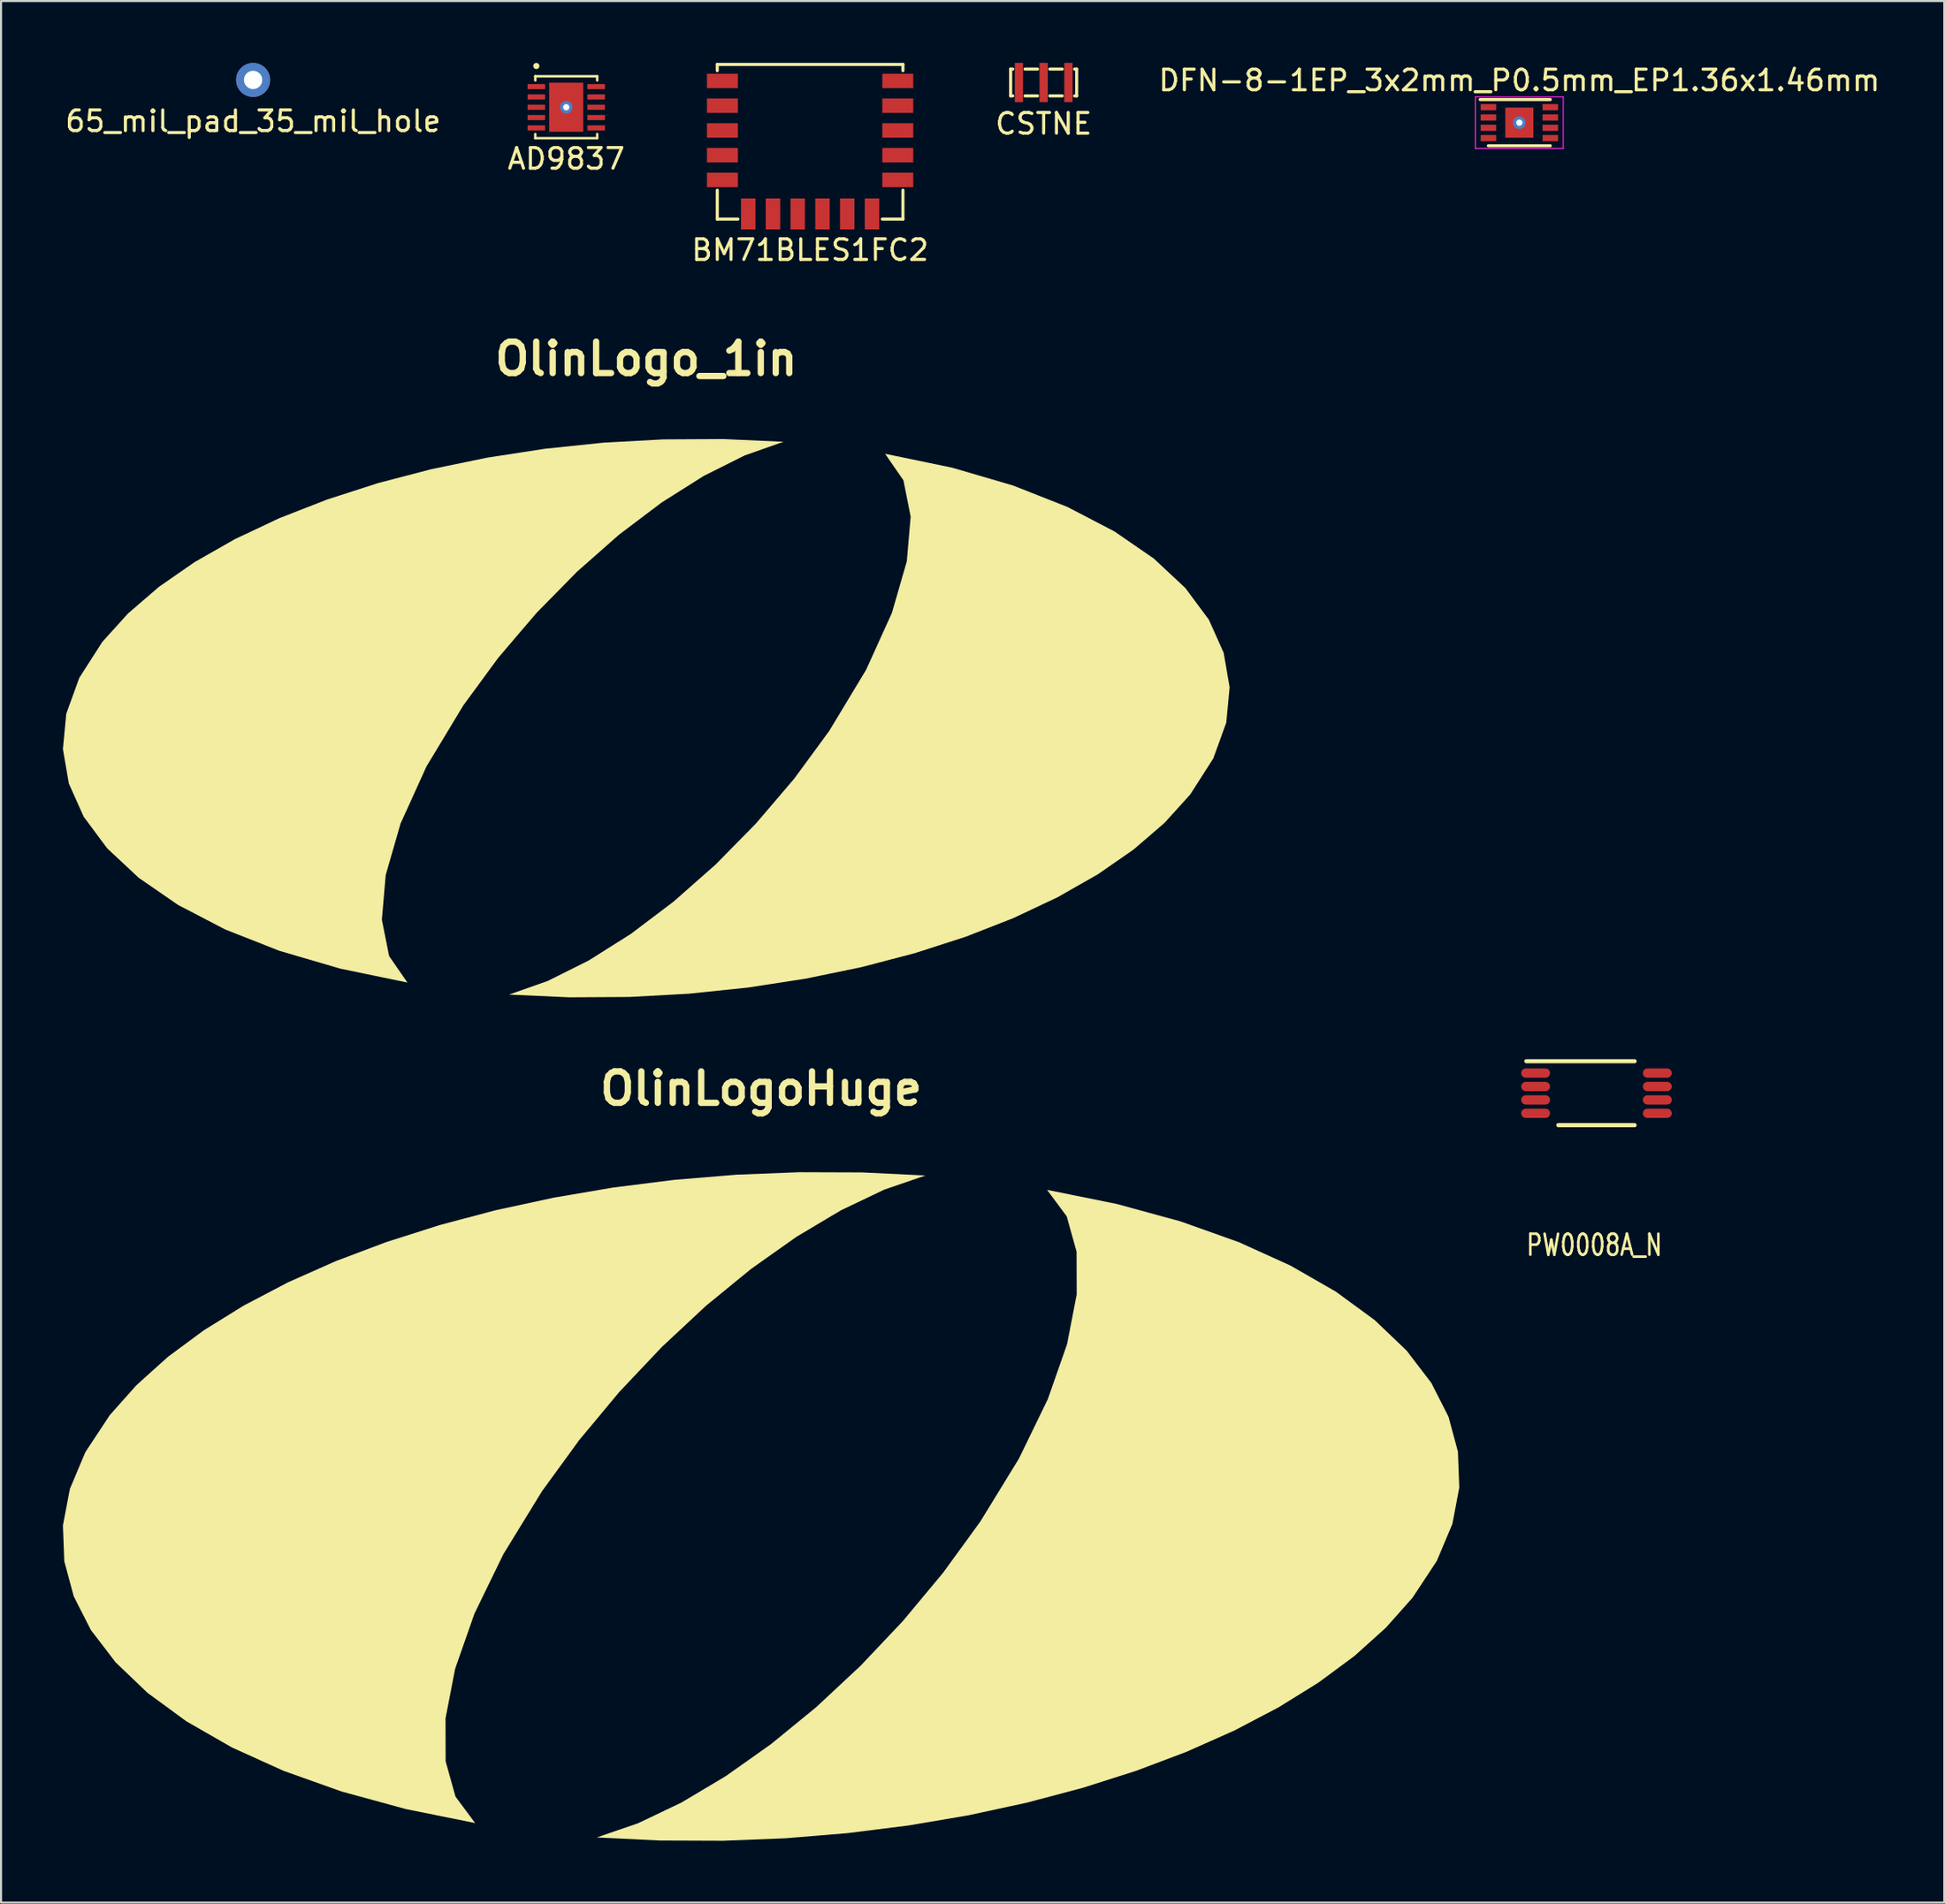
<source format=kicad_pcb>
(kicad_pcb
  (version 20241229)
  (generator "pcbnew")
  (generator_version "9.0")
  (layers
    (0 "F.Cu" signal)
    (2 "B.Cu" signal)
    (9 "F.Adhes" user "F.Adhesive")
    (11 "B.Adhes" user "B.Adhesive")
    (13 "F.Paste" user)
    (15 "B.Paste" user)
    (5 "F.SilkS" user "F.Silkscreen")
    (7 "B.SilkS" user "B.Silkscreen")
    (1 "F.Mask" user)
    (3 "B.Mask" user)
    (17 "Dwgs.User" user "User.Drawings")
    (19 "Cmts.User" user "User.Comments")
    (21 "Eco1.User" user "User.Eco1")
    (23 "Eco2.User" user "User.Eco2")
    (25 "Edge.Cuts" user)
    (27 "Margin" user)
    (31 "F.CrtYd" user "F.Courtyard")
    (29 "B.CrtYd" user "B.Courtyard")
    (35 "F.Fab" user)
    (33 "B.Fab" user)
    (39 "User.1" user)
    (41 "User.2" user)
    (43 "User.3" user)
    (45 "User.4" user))
  (footprint "DFN-8-1EP_3x2mm_P0.5mm_EP1.36x1.46mm"
    (layer "F.Cu")
    (at 70.601 2.898)
    (property "Reference" "DFN-8-1EP_3x2mm_P0.5mm_EP1.36x1.46mm" (at 0 -2.05 0) (layer "F.SilkS") (effects (font (size 1 1) (thickness 0.15))))
    (attr smd)
    (fp_line (start -1.9 -1.12) (end 1.5 -1.12) (stroke (width 0.15) (type solid)) (layer "F.SilkS"))
    (fp_line (start -1.5 1.12) (end 1.5 1.12) (stroke (width 0.15) (type solid)) (layer "F.SilkS"))
    (fp_line (start -2.13 -1.25) (end -2.13 1.25) (stroke (width 0.05) (type solid)) (layer "F.CrtYd"))
    (fp_line (start -2.13 -1.25) (end 2.13 -1.25) (stroke (width 0.05) (type solid)) (layer "F.CrtYd"))
    (fp_line (start -2.13 1.25) (end 2.13 1.25) (stroke (width 0.05) (type solid)) (layer "F.CrtYd"))
    (fp_line (start 2.13 -1.25) (end 2.13 1.25) (stroke (width 0.05) (type solid)) (layer "F.CrtYd"))
    (pad "" smd rect (at -0.325 -0.375) (size 0.5 0.6) (layers "F.Paste"))
    (pad "" smd rect (at -0.325 0.375) (size 0.5 0.6) (layers "F.Paste"))
    (pad "" smd rect (at 0.325 -0.375) (size 0.5 0.6) (layers "F.Paste"))
    (pad "" smd rect (at 0.325 0.375) (size 0.5 0.6) (layers "F.Paste"))
    (pad "1" smd rect (at -1.5 -0.75) (size 0.75 0.3) (layers "F.Cu" "F.Mask" "F.Paste"))
    (pad "2" smd rect (at -1.5 -0.25) (size 0.75 0.3) (layers "F.Cu" "F.Mask" "F.Paste"))
    (pad "3" smd rect (at -1.5 0.25) (size 0.75 0.3) (layers "F.Cu" "F.Mask" "F.Paste"))
    (pad "4" smd rect (at -1.5 0.75) (size 0.75 0.3) (layers "F.Cu" "F.Mask" "F.Paste"))
    (pad "5" smd rect (at 1.5 0.75) (size 0.75 0.3) (layers "F.Cu" "F.Mask" "F.Paste"))
    (pad "6" smd rect (at 1.5 0.25) (size 0.75 0.3) (layers "F.Cu" "F.Mask" "F.Paste"))
    (pad "7" smd rect (at 1.5 -0.25) (size 0.75 0.3) (layers "F.Cu" "F.Mask" "F.Paste"))
    (pad "8" smd rect (at 1.5 -0.75) (size 0.75 0.3) (layers "F.Cu" "F.Mask" "F.Paste"))
    (pad "9" thru_hole circle (at 0 0) (size 0.61 0.61) (drill 0.305) (layers "*.Cu" "F.Mask"))
    (pad "9" smd rect (at 0 0) (size 1.36 1.46) (layers "F.Cu" "F.Mask")))
  (footprint "OlinLogoHuge"
    (layer "F.Cu")
    (at 33.845 70)
    (property "Reference" "OlinLogoHuge" (at 0 -20.263 0) (layer "F.SilkS") (effects (font (size 1.524 1.524) (thickness 0.305))))
    (attr smd)
    (fp_poly (pts (xy 7.965 -16.049) (xy 4.909 -16.198) (xy 1.851 -16.209) (xy -1.192 -16.088) (xy -4.202 -15.839) (xy -7.163 -15.466) (xy -10.057 -14.973) (xy -12.867 -14.366) (xy -15.577 -13.647) (xy -18.169 -12.821) (xy -20.626 -11.894) (xy -22.931 -10.869) (xy -25.066 -9.75) (xy -27.016 -8.542) (xy -28.762 -7.25) (xy -30.287 -5.876) (xy -31.575 -4.427) (xy -32.756 -2.637) (xy -33.508 -0.85) (xy -33.845 0.92) (xy -33.778 2.659) (xy -33.322 4.354) (xy -32.49 5.99) (xy -31.294 7.554) (xy -29.749 9.034) (xy -27.866 10.414) (xy -25.661 11.681) (xy -23.144 12.822) (xy -20.331 13.823) (xy -17.233 14.671) (xy -13.864 15.351) (xy -14.815 14.068) (xy -15.293 12.358) (xy -15.298 10.275) (xy -14.832 7.871) (xy -13.897 5.198) (xy -12.492 2.31) (xy -10.62 -0.741) (xy -8.821 -3.214) (xy -6.872 -5.555) (xy -4.808 -7.738) (xy -2.666 -9.736) (xy -0.481 -11.523) (xy 1.711 -13.074) (xy 3.873 -14.363) (xy 5.969 -15.363) (xy 7.965 -16.049)) (stroke (width 0) (type solid)) (fill yes) (layer "F.SilkS"))
    (fp_poly (pts (xy 13.864 -15.351) (xy 14.815 -14.068) (xy 15.292 -12.358) (xy 15.298 -10.275) (xy 14.832 -7.871) (xy 13.896 -5.198) (xy 12.492 -2.31) (xy 10.62 0.741) (xy 8.821 3.215) (xy 6.872 5.556) (xy 4.808 7.738) (xy 2.666 9.736) (xy 0.481 11.523) (xy -1.71 13.074) (xy -3.873 14.363) (xy -5.969 15.363) (xy -7.965 16.049) (xy -4.908 16.198) (xy -1.851 16.21) (xy 1.192 16.089) (xy 4.202 15.839) (xy 7.163 15.466) (xy 10.057 14.974) (xy 12.868 14.366) (xy 15.578 13.647) (xy 18.17 12.822) (xy 20.627 11.894) (xy 22.931 10.869) (xy 25.067 9.75) (xy 27.016 8.542) (xy 28.762 7.25) (xy 30.288 5.877) (xy 31.576 4.428) (xy 32.757 2.637) (xy 33.509 0.85) (xy 33.845 -0.92) (xy 33.778 -2.659) (xy 33.322 -4.353) (xy 32.49 -5.99) (xy 31.295 -7.554) (xy 29.749 -9.033) (xy 27.867 -10.413) (xy 25.661 -11.681) (xy 23.144 -12.822) (xy 20.331 -13.823) (xy 17.233 -14.671) (xy 13.864 -15.351)) (stroke (width 0) (type solid)) (fill yes) (layer "F.SilkS")))
  (footprint "OlinLogo_1in"
    (layer "F.Cu")
    (at 28.278 31.775)
    (property "Reference" "OlinLogo_1in" (at 0 -17.425 0) (layer "F.SilkS") (effects (font (size 1.524 1.524) (thickness 0.305))))
    (attr smd)
    (fp_poly (pts (xy 6.651 -13.403) (xy 3.734 -13.535) (xy 0.818 -13.519) (xy -2.077 -13.36) (xy -4.928 -13.062) (xy -7.715 -12.632) (xy -10.416 -12.075) (xy -13.009 -11.397) (xy -15.474 -10.602) (xy -17.789 -9.697) (xy -19.933 -8.686) (xy -21.884 -7.575) (xy -23.622 -6.37) (xy -25.124 -5.075) (xy -26.37 -3.697) (xy -27.485 -1.953) (xy -28.116 -0.215) (xy -28.278 1.499) (xy -27.991 3.169) (xy -27.271 4.778) (xy -26.135 6.309) (xy -24.602 7.742) (xy -22.688 9.061) (xy -20.411 10.246) (xy -17.789 11.279) (xy -14.839 12.144) (xy -11.579 12.82) (xy -12.466 11.534) (xy -12.817 9.774) (xy -12.631 7.608) (xy -11.91 5.108) (xy -10.655 2.342) (xy -8.869 -0.619) (xy -7.17 -2.935) (xy -5.316 -5.108) (xy -3.351 -7.107) (xy -1.317 -8.9) (xy 0.743 -10.457) (xy 2.787 -11.748) (xy 4.77 -12.74) (xy 6.651 -13.403)) (stroke (width 0) (type solid)) (fill yes) (layer "F.SilkS"))
    (fp_poly (pts (xy 11.578 -12.82) (xy 12.466 -11.534) (xy 12.817 -9.773) (xy 12.63 -7.608) (xy 11.909 -5.107) (xy 10.655 -2.342) (xy 8.869 0.619) (xy 7.17 2.936) (xy 5.316 5.109) (xy 3.351 7.107) (xy 1.317 8.9) (xy -0.743 10.458) (xy -2.787 11.748) (xy -4.77 12.74) (xy -6.651 13.403) (xy -3.734 13.536) (xy -0.818 13.519) (xy 2.077 13.36) (xy 4.928 13.062) (xy 7.715 12.633) (xy 10.416 12.076) (xy 13.01 11.397) (xy 15.475 10.602) (xy 17.79 9.697) (xy 19.933 8.686) (xy 21.885 7.575) (xy 23.622 6.37) (xy 25.124 5.076) (xy 26.37 3.698) (xy 27.486 1.953) (xy 28.116 0.215) (xy 28.279 -1.498) (xy 27.991 -3.169) (xy 27.271 -4.778) (xy 26.135 -6.309) (xy 24.602 -7.742) (xy 22.688 -9.06) (xy 20.411 -10.245) (xy 17.789 -11.279) (xy 14.839 -12.144) (xy 11.578 -12.82)) (stroke (width 0) (type solid)) (fill yes) (layer "F.SilkS")))
  (footprint "AD9837"
    (layer "F.Cu")
    (at 24.399 2.15)
    (property "Reference" "AD9837" (at 0 2.5 0) (layer "F.SilkS") (effects (font (size 1 1) (thickness 0.15))))
    (attr through_hole)
    (fp_line (start -1.5 -1.5) (end -1.5 -1.3) (stroke (width 0.12) (type solid)) (layer "F.SilkS"))
    (fp_line (start -1.5 -1.5) (end 1.5 -1.5) (stroke (width 0.12) (type solid)) (layer "F.SilkS"))
    (fp_line (start -1.5 1.3) (end -1.5 1.5) (stroke (width 0.12) (type solid)) (layer "F.SilkS"))
    (fp_line (start -1.5 1.5) (end 1.5 1.5) (stroke (width 0.12) (type solid)) (layer "F.SilkS"))
    (fp_line (start 1.5 -1.5) (end 1.5 -1.3) (stroke (width 0.12) (type solid)) (layer "F.SilkS"))
    (fp_line (start 1.5 1.3) (end 1.5 1.5) (stroke (width 0.12) (type solid)) (layer "F.SilkS"))
    (fp_circle (center -1.45 -2) (end -1.375 -2) (stroke (width 0.15) (type solid)) (fill no) (layer "F.SilkS"))
    (pad "1" smd rect (at -1.45 -1) (size 0.85 0.25) (layers "F.Cu" "F.Mask" "F.Paste"))
    (pad "2" smd rect (at -1.45 -0.5) (size 0.85 0.25) (layers "F.Cu" "F.Mask" "F.Paste"))
    (pad "3" smd rect (at -1.45 0) (size 0.85 0.25) (layers "F.Cu" "F.Mask" "F.Paste"))
    (pad "4" smd rect (at -1.45 0.5) (size 0.85 0.25) (layers "F.Cu" "F.Mask" "F.Paste"))
    (pad "5" smd rect (at -1.45 1) (size 0.85 0.25) (layers "F.Cu" "F.Mask" "F.Paste"))
    (pad "6" smd rect (at 1.45 1) (size 0.85 0.25) (layers "F.Cu" "F.Mask" "F.Paste"))
    (pad "7" smd rect (at 1.45 0.5) (size 0.85 0.25) (layers "F.Cu" "F.Mask" "F.Paste"))
    (pad "8" smd rect (at 1.45 0) (size 0.85 0.25) (layers "F.Cu" "F.Mask" "F.Paste"))
    (pad "9" smd rect (at 1.45 -0.5) (size 0.85 0.25) (layers "F.Cu" "F.Mask" "F.Paste"))
    (pad "10" smd rect (at 1.45 -1) (size 0.85 0.25) (layers "F.Cu" "F.Mask" "F.Paste"))
    (pad "11" thru_hole circle (at 0 0) (size 0.61 0.61) (drill 0.305) (layers "*.Cu" "*.Mask"))
    (pad "11" smd rect (at 0 0) (size 1.65 2.38) (layers "F.Cu" "F.Mask" "F.Paste")))
  (footprint "65_mil_pad_35_mil_hole"
    (layer "F.Cu")
    (at 9.22 0.826)
    (property "Reference" "65_mil_pad_35_mil_hole" (at 0 2 0) (layer "F.SilkS") (effects (font (size 1 1) (thickness 0.15))))
    (attr through_hole)
    (pad "1" thru_hole circle (at 0 0) (size 1.651 1.651) (drill 0.889) (layers "*.Cu" "*.Mask")))
  (footprint "BM71BLES1FC2"
    (layer "F.Cu")
    (at 36.22 4.075)
    (property "Reference" "BM71BLES1FC2" (at 0 5 0) (layer "F.SilkS") (effects (font (size 1 1) (thickness 0.15))))
    (attr smd)
    (fp_line (start -4.5 -4) (end 4.5 -4) (stroke (width 0.15) (type solid)) (layer "F.SilkS"))
    (fp_line (start -4.5 -3.7) (end -4.5 -4) (stroke (width 0.15) (type solid)) (layer "F.SilkS"))
    (fp_line (start -4.5 2.1) (end -4.5 3.5) (stroke (width 0.15) (type solid)) (layer "F.SilkS"))
    (fp_line (start -4.5 3.5) (end -3.5 3.5) (stroke (width 0.15) (type solid)) (layer "F.SilkS"))
    (fp_line (start 3.5 3.5) (end 4.5 3.5) (stroke (width 0.15) (type solid)) (layer "F.SilkS"))
    (fp_line (start 4.5 -4) (end 4.5 -3.7) (stroke (width 0.15) (type solid)) (layer "F.SilkS"))
    (fp_line (start 4.5 3.5) (end 4.5 2.1) (stroke (width 0.15) (type solid)) (layer "F.SilkS"))
    (pad "1" smd rect (at -4.25 -3.2) (size 1.5 0.7) (layers "F.Cu" "F.Mask" "F.Paste"))
    (pad "2" smd rect (at -4.25 -2) (size 1.5 0.7) (layers "F.Cu" "F.Mask" "F.Paste"))
    (pad "3" smd rect (at -4.25 -0.8) (size 1.5 0.7) (layers "F.Cu" "F.Mask" "F.Paste"))
    (pad "4" smd rect (at -4.25 0.4) (size 1.5 0.7) (layers "F.Cu" "F.Mask" "F.Paste"))
    (pad "5" smd rect (at -4.25 1.6) (size 1.5 0.7) (layers "F.Cu" "F.Mask" "F.Paste"))
    (pad "6" smd rect (at -3 3.25 90) (size 1.5 0.7) (layers "F.Cu" "F.Mask" "F.Paste"))
    (pad "7" smd rect (at -1.8 3.25 90) (size 1.5 0.7) (layers "F.Cu" "F.Mask" "F.Paste"))
    (pad "8" smd rect (at -0.6 3.25 90) (size 1.5 0.7) (layers "F.Cu" "F.Mask" "F.Paste"))
    (pad "9" smd rect (at 0.6 3.25 90) (size 1.5 0.7) (layers "F.Cu" "F.Mask" "F.Paste"))
    (pad "10" smd rect (at 1.8 3.25 90) (size 1.5 0.7) (layers "F.Cu" "F.Mask" "F.Paste"))
    (pad "11" smd rect (at 3 3.25 90) (size 1.5 0.7) (layers "F.Cu" "F.Mask" "F.Paste"))
    (pad "12" smd rect (at 4.25 1.6) (size 1.5 0.7) (layers "F.Cu" "F.Mask" "F.Paste"))
    (pad "13" smd rect (at 4.25 0.4) (size 1.5 0.7) (layers "F.Cu" "F.Mask" "F.Paste"))
    (pad "14" smd rect (at 4.25 -0.8) (size 1.5 0.7) (layers "F.Cu" "F.Mask" "F.Paste"))
    (pad "15" smd rect (at 4.25 -2) (size 1.5 0.7) (layers "F.Cu" "F.Mask" "F.Paste"))
    (pad "16" smd rect (at 4.25 -3.2) (size 1.5 0.7) (layers "F.Cu" "F.Mask" "F.Paste")))
  (footprint "PW0008A_N"
    (layer "F.Cu")
    (at 74.339 49.96)
    (property "Reference" "PW0008A_N" (at -0.102 7.366 0) (layer "F.SilkS") (effects (font (size 1.016 0.762) (thickness 0.127))))
    (attr smd)
    (fp_line (start -3.4 -1.55) (end 1.85 -1.55) (stroke (width 0.2) (type solid)) (layer "F.SilkS"))
    (fp_line (start -1.85 1.55) (end 1.85 1.55) (stroke (width 0.2) (type solid)) (layer "F.SilkS"))
    (pad "1" smd oval (at -2.95 -0.975) (size 1.4 0.45) (layers "F.Cu" "F.Mask" "F.Paste"))
    (pad "2" smd oval (at -2.95 -0.325) (size 1.4 0.45) (layers "F.Cu" "F.Mask" "F.Paste"))
    (pad "3" smd oval (at -2.95 0.325) (size 1.4 0.45) (layers "F.Cu" "F.Mask" "F.Paste"))
    (pad "4" smd oval (at -2.95 0.975) (size 1.4 0.45) (layers "F.Cu" "F.Mask" "F.Paste"))
    (pad "5" smd oval (at 2.95 0.975) (size 1.4 0.45) (layers "F.Cu" "F.Mask" "F.Paste"))
    (pad "6" smd oval (at 2.95 0.325) (size 1.4 0.45) (layers "F.Cu" "F.Mask" "F.Paste"))
    (pad "7" smd oval (at 2.95 -0.325) (size 1.4 0.45) (layers "F.Cu" "F.Mask" "F.Paste"))
    (pad "8" smd oval (at 2.95 -0.975) (size 1.4 0.45) (layers "F.Cu" "F.Mask" "F.Paste")))
  (footprint "CSTNE"
    (layer "F.Cu")
    (at 47.542 0.95)
    (property "Reference" "CSTNE" (at 0 2 0) (layer "F.SilkS") (effects (font (size 1 1) (thickness 0.15))))
    (attr smd)
    (fp_line (start -1.6 -0.65) (end -1.6 0.65) (stroke (width 0.15) (type solid)) (layer "F.SilkS"))
    (fp_line (start -1.5 -0.65) (end -1.6 -0.65) (stroke (width 0.15) (type solid)) (layer "F.SilkS"))
    (fp_line (start -1.5 0.65) (end -1.6 0.65) (stroke (width 0.15) (type solid)) (layer "F.SilkS"))
    (fp_line (start -0.3 -0.65) (end -0.9 -0.65) (stroke (width 0.15) (type solid)) (layer "F.SilkS"))
    (fp_line (start -0.3 0.65) (end -0.9 0.65) (stroke (width 0.15) (type solid)) (layer "F.SilkS"))
    (fp_line (start 0.3 -0.65) (end 0.9 -0.65) (stroke (width 0.15) (type solid)) (layer "F.SilkS"))
    (fp_line (start 0.3 0.65) (end 0.9 0.65) (stroke (width 0.15) (type solid)) (layer "F.SilkS"))
    (fp_line (start 1.5 -0.65) (end 1.6 -0.65) (stroke (width 0.15) (type solid)) (layer "F.SilkS"))
    (fp_line (start 1.5 0.65) (end 1.6 0.65) (stroke (width 0.15) (type solid)) (layer "F.SilkS"))
    (fp_line (start 1.6 -0.65) (end 1.6 0.65) (stroke (width 0.15) (type solid)) (layer "F.SilkS"))
    (pad "1" smd rect (at 1.2 0) (size 0.4 1.9) (layers "F.Cu" "F.Mask" "F.Paste"))
    (pad "2" smd rect (at 0 0) (size 0.4 1.9) (layers "F.Cu" "F.Mask" "F.Paste"))
    (pad "3" smd rect (at -1.2 0) (size 0.4 1.9) (layers "F.Cu" "F.Mask" "F.Paste")))
  (gr_rect
    (start -3 -3)
    (end 91.202 89.209)
    (stroke (width 0.1) (type default))
    (fill no)
    (layer "Edge.Cuts")))
</source>
